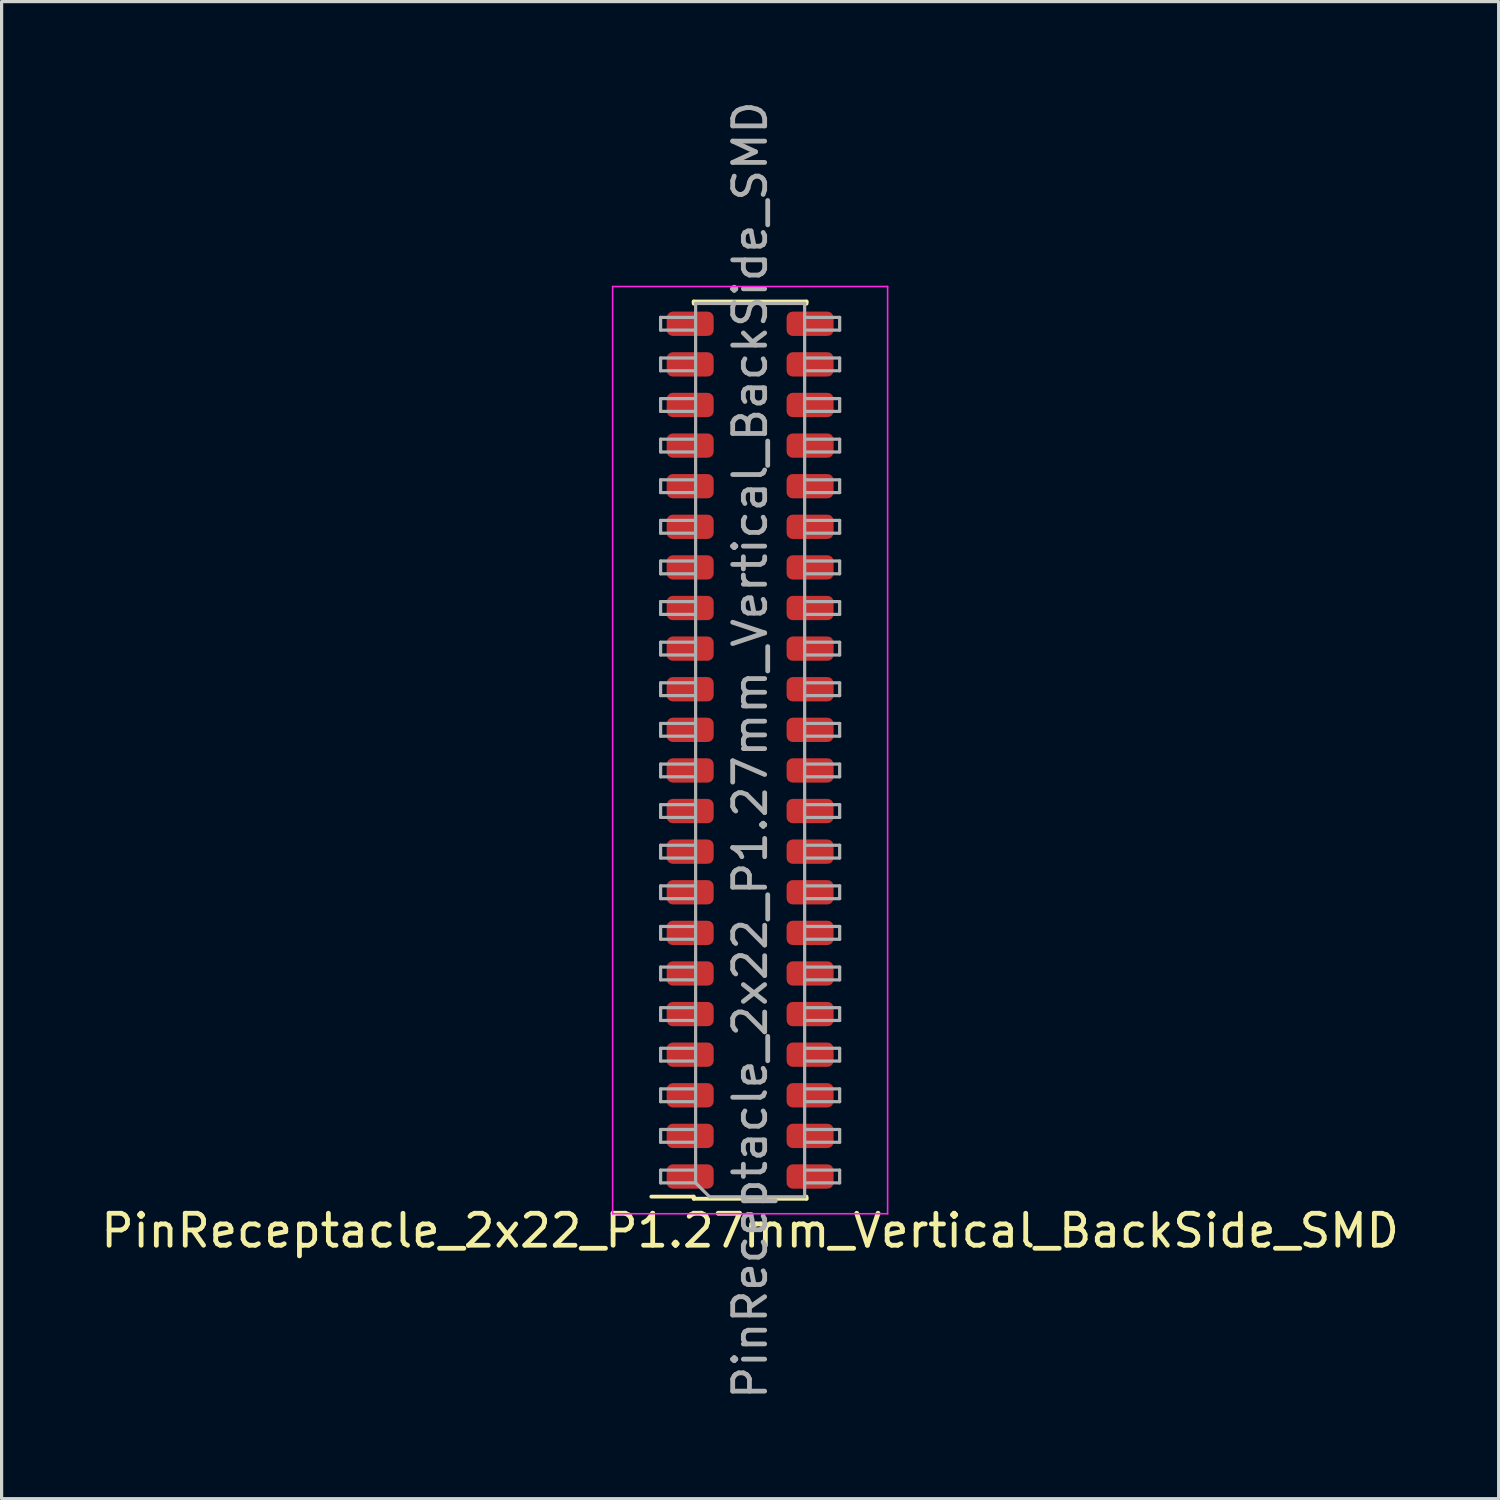
<source format=kicad_pcb>
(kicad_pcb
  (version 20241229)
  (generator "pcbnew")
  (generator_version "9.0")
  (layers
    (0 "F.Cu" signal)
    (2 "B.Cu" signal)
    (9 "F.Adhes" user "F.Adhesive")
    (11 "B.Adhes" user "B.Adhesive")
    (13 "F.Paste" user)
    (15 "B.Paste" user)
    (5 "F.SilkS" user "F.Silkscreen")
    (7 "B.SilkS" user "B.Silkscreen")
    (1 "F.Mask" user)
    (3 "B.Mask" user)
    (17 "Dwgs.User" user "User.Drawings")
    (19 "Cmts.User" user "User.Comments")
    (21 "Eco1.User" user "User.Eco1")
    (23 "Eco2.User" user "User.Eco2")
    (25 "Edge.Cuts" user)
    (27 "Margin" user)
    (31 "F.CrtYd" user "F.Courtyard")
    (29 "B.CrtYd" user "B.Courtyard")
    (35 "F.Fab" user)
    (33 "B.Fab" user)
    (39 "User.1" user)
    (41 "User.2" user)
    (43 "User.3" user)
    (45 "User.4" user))
  (footprint "PinReceptacle_2x22_P1.27mm_Vertical_BackSide_SMD"
    (layer "F.Cu")
    (at 20.411 19.141)
    (property "Reference" "PinReceptacle_2x22_P1.27mm_Vertical_BackSide_SMD" (at 0 16.3 0) (layer "F.SilkS") (effects (font (size 1 1) (thickness 0.15))))
    (attr smd)
    (fp_line (start -3.09 15.235) (end -1.765 15.235) (stroke (width 0.12) (type solid)) (layer "F.SilkS"))
    (fp_line (start -1.765 -12.76) (end 1.765 -12.76) (stroke (width 0.12) (type solid)) (layer "F.SilkS"))
    (fp_line (start -1.765 -12.695) (end -1.765 -12.76) (stroke (width 0.12) (type solid)) (layer "F.SilkS"))
    (fp_line (start -1.765 15.3) (end -1.765 15.235) (stroke (width 0.12) (type solid)) (layer "F.SilkS"))
    (fp_line (start -1.765 15.3) (end 1.765 15.3) (stroke (width 0.12) (type solid)) (layer "F.SilkS"))
    (fp_line (start 1.765 -12.695) (end 1.765 -12.76) (stroke (width 0.12) (type solid)) (layer "F.SilkS"))
    (fp_line (start 1.765 15.3) (end 1.765 15.235) (stroke (width 0.12) (type solid)) (layer "F.SilkS"))
    (fp_line (start -4.3 -13.23) (end 4.3 -13.23) (stroke (width 0.05) (type solid)) (layer "F.CrtYd"))
    (fp_line (start -4.3 15.77) (end -4.3 -13.23) (stroke (width 0.05) (type solid)) (layer "F.CrtYd"))
    (fp_line (start 4.3 -13.23) (end 4.3 15.77) (stroke (width 0.05) (type solid)) (layer "F.CrtYd"))
    (fp_line (start 4.3 15.77) (end -4.3 15.77) (stroke (width 0.05) (type solid)) (layer "F.CrtYd"))
    (fp_line (start -2.8 -12.265) (end -1.755 -12.265) (stroke (width 0.1) (type solid)) (layer "F.Fab"))
    (fp_line (start -2.8 -11.865) (end -2.8 -12.265) (stroke (width 0.1) (type solid)) (layer "F.Fab"))
    (fp_line (start -2.8 -10.995) (end -1.755 -10.995) (stroke (width 0.1) (type solid)) (layer "F.Fab"))
    (fp_line (start -2.8 -10.595) (end -2.8 -10.995) (stroke (width 0.1) (type solid)) (layer "F.Fab"))
    (fp_line (start -2.8 -9.725) (end -1.755 -9.725) (stroke (width 0.1) (type solid)) (layer "F.Fab"))
    (fp_line (start -2.8 -9.325) (end -2.8 -9.725) (stroke (width 0.1) (type solid)) (layer "F.Fab"))
    (fp_line (start -2.8 -8.455) (end -1.755 -8.455) (stroke (width 0.1) (type solid)) (layer "F.Fab"))
    (fp_line (start -2.8 -8.055) (end -2.8 -8.455) (stroke (width 0.1) (type solid)) (layer "F.Fab"))
    (fp_line (start -2.8 -7.185) (end -1.755 -7.185) (stroke (width 0.1) (type solid)) (layer "F.Fab"))
    (fp_line (start -2.8 -6.785) (end -2.8 -7.185) (stroke (width 0.1) (type solid)) (layer "F.Fab"))
    (fp_line (start -2.8 -5.915) (end -1.755 -5.915) (stroke (width 0.1) (type solid)) (layer "F.Fab"))
    (fp_line (start -2.8 -5.515) (end -2.8 -5.915) (stroke (width 0.1) (type solid)) (layer "F.Fab"))
    (fp_line (start -2.8 -4.645) (end -1.755 -4.645) (stroke (width 0.1) (type solid)) (layer "F.Fab"))
    (fp_line (start -2.8 -4.245) (end -2.8 -4.645) (stroke (width 0.1) (type solid)) (layer "F.Fab"))
    (fp_line (start -2.8 -3.375) (end -1.755 -3.375) (stroke (width 0.1) (type solid)) (layer "F.Fab"))
    (fp_line (start -2.8 -2.975) (end -2.8 -3.375) (stroke (width 0.1) (type solid)) (layer "F.Fab"))
    (fp_line (start -2.8 -2.105) (end -1.755 -2.105) (stroke (width 0.1) (type solid)) (layer "F.Fab"))
    (fp_line (start -2.8 -1.705) (end -2.8 -2.105) (stroke (width 0.1) (type solid)) (layer "F.Fab"))
    (fp_line (start -2.8 -0.835) (end -1.755 -0.835) (stroke (width 0.1) (type solid)) (layer "F.Fab"))
    (fp_line (start -2.8 -0.435) (end -2.8 -0.835) (stroke (width 0.1) (type solid)) (layer "F.Fab"))
    (fp_line (start -2.8 0.435) (end -1.755 0.435) (stroke (width 0.1) (type solid)) (layer "F.Fab"))
    (fp_line (start -2.8 0.835) (end -2.8 0.435) (stroke (width 0.1) (type solid)) (layer "F.Fab"))
    (fp_line (start -2.8 1.705) (end -1.755 1.705) (stroke (width 0.1) (type solid)) (layer "F.Fab"))
    (fp_line (start -2.8 2.105) (end -2.8 1.705) (stroke (width 0.1) (type solid)) (layer "F.Fab"))
    (fp_line (start -2.8 2.975) (end -1.755 2.975) (stroke (width 0.1) (type solid)) (layer "F.Fab"))
    (fp_line (start -2.8 3.375) (end -2.8 2.975) (stroke (width 0.1) (type solid)) (layer "F.Fab"))
    (fp_line (start -2.8 4.245) (end -1.755 4.245) (stroke (width 0.1) (type solid)) (layer "F.Fab"))
    (fp_line (start -2.8 4.645) (end -2.8 4.245) (stroke (width 0.1) (type solid)) (layer "F.Fab"))
    (fp_line (start -2.8 5.515) (end -1.755 5.515) (stroke (width 0.1) (type solid)) (layer "F.Fab"))
    (fp_line (start -2.8 5.915) (end -2.8 5.515) (stroke (width 0.1) (type solid)) (layer "F.Fab"))
    (fp_line (start -2.8 6.785) (end -1.755 6.785) (stroke (width 0.1) (type solid)) (layer "F.Fab"))
    (fp_line (start -2.8 7.185) (end -2.8 6.785) (stroke (width 0.1) (type solid)) (layer "F.Fab"))
    (fp_line (start -2.8 8.055) (end -1.755 8.055) (stroke (width 0.1) (type solid)) (layer "F.Fab"))
    (fp_line (start -2.8 8.455) (end -2.8 8.055) (stroke (width 0.1) (type solid)) (layer "F.Fab"))
    (fp_line (start -2.8 9.325) (end -1.755 9.325) (stroke (width 0.1) (type solid)) (layer "F.Fab"))
    (fp_line (start -2.8 9.725) (end -2.8 9.325) (stroke (width 0.1) (type solid)) (layer "F.Fab"))
    (fp_line (start -2.8 10.595) (end -1.755 10.595) (stroke (width 0.1) (type solid)) (layer "F.Fab"))
    (fp_line (start -2.8 10.995) (end -2.8 10.595) (stroke (width 0.1) (type solid)) (layer "F.Fab"))
    (fp_line (start -2.8 11.865) (end -1.755 11.865) (stroke (width 0.1) (type solid)) (layer "F.Fab"))
    (fp_line (start -2.8 12.265) (end -2.8 11.865) (stroke (width 0.1) (type solid)) (layer "F.Fab"))
    (fp_line (start -2.8 13.135) (end -1.755 13.135) (stroke (width 0.1) (type solid)) (layer "F.Fab"))
    (fp_line (start -2.8 13.535) (end -2.8 13.135) (stroke (width 0.1) (type solid)) (layer "F.Fab"))
    (fp_line (start -2.8 14.405) (end -1.705 14.405) (stroke (width 0.1) (type solid)) (layer "F.Fab"))
    (fp_line (start -2.8 14.805) (end -2.8 14.405) (stroke (width 0.1) (type solid)) (layer "F.Fab"))
    (fp_line (start -1.755 -11.865) (end -2.8 -11.865) (stroke (width 0.1) (type solid)) (layer "F.Fab"))
    (fp_line (start -1.755 -10.595) (end -2.8 -10.595) (stroke (width 0.1) (type solid)) (layer "F.Fab"))
    (fp_line (start -1.755 -9.325) (end -2.8 -9.325) (stroke (width 0.1) (type solid)) (layer "F.Fab"))
    (fp_line (start -1.755 -8.055) (end -2.8 -8.055) (stroke (width 0.1) (type solid)) (layer "F.Fab"))
    (fp_line (start -1.755 -6.785) (end -2.8 -6.785) (stroke (width 0.1) (type solid)) (layer "F.Fab"))
    (fp_line (start -1.755 -5.515) (end -2.8 -5.515) (stroke (width 0.1) (type solid)) (layer "F.Fab"))
    (fp_line (start -1.755 -4.245) (end -2.8 -4.245) (stroke (width 0.1) (type solid)) (layer "F.Fab"))
    (fp_line (start -1.755 -2.975) (end -2.8 -2.975) (stroke (width 0.1) (type solid)) (layer "F.Fab"))
    (fp_line (start -1.755 -1.705) (end -2.8 -1.705) (stroke (width 0.1) (type solid)) (layer "F.Fab"))
    (fp_line (start -1.755 -0.435) (end -2.8 -0.435) (stroke (width 0.1) (type solid)) (layer "F.Fab"))
    (fp_line (start -1.755 0.835) (end -2.8 0.835) (stroke (width 0.1) (type solid)) (layer "F.Fab"))
    (fp_line (start -1.755 2.105) (end -2.8 2.105) (stroke (width 0.1) (type solid)) (layer "F.Fab"))
    (fp_line (start -1.755 3.375) (end -2.8 3.375) (stroke (width 0.1) (type solid)) (layer "F.Fab"))
    (fp_line (start -1.755 4.645) (end -2.8 4.645) (stroke (width 0.1) (type solid)) (layer "F.Fab"))
    (fp_line (start -1.755 5.915) (end -2.8 5.915) (stroke (width 0.1) (type solid)) (layer "F.Fab"))
    (fp_line (start -1.755 7.185) (end -2.8 7.185) (stroke (width 0.1) (type solid)) (layer "F.Fab"))
    (fp_line (start -1.755 8.455) (end -2.8 8.455) (stroke (width 0.1) (type solid)) (layer "F.Fab"))
    (fp_line (start -1.755 9.725) (end -2.8 9.725) (stroke (width 0.1) (type solid)) (layer "F.Fab"))
    (fp_line (start -1.755 10.995) (end -2.8 10.995) (stroke (width 0.1) (type solid)) (layer "F.Fab"))
    (fp_line (start -1.755 12.265) (end -2.8 12.265) (stroke (width 0.1) (type solid)) (layer "F.Fab"))
    (fp_line (start -1.755 13.535) (end -2.8 13.535) (stroke (width 0.1) (type solid)) (layer "F.Fab"))
    (fp_line (start -1.705 -12.7) (end -1.705 14.805) (stroke (width 0.1) (type solid)) (layer "F.Fab"))
    (fp_line (start -1.705 14.805) (end -2.8 14.805) (stroke (width 0.1) (type solid)) (layer "F.Fab"))
    (fp_line (start -1.705 14.805) (end -1.27 15.24) (stroke (width 0.1) (type solid)) (layer "F.Fab"))
    (fp_line (start -1.27 15.24) (end 1.705 15.24) (stroke (width 0.1) (type solid)) (layer "F.Fab"))
    (fp_line (start 1.705 -12.7) (end -1.705 -12.7) (stroke (width 0.1) (type solid)) (layer "F.Fab"))
    (fp_line (start 1.705 15.24) (end 1.705 -12.7) (stroke (width 0.1) (type solid)) (layer "F.Fab"))
    (fp_line (start 1.755 -11.865) (end 2.8 -11.865) (stroke (width 0.1) (type solid)) (layer "F.Fab"))
    (fp_line (start 1.755 -10.595) (end 2.8 -10.595) (stroke (width 0.1) (type solid)) (layer "F.Fab"))
    (fp_line (start 1.755 -9.325) (end 2.8 -9.325) (stroke (width 0.1) (type solid)) (layer "F.Fab"))
    (fp_line (start 1.755 -8.055) (end 2.8 -8.055) (stroke (width 0.1) (type solid)) (layer "F.Fab"))
    (fp_line (start 1.755 -6.785) (end 2.8 -6.785) (stroke (width 0.1) (type solid)) (layer "F.Fab"))
    (fp_line (start 1.755 -5.515) (end 2.8 -5.515) (stroke (width 0.1) (type solid)) (layer "F.Fab"))
    (fp_line (start 1.755 -4.245) (end 2.8 -4.245) (stroke (width 0.1) (type solid)) (layer "F.Fab"))
    (fp_line (start 1.755 -2.975) (end 2.8 -2.975) (stroke (width 0.1) (type solid)) (layer "F.Fab"))
    (fp_line (start 1.755 -1.705) (end 2.8 -1.705) (stroke (width 0.1) (type solid)) (layer "F.Fab"))
    (fp_line (start 1.755 -0.435) (end 2.8 -0.435) (stroke (width 0.1) (type solid)) (layer "F.Fab"))
    (fp_line (start 1.755 0.835) (end 2.8 0.835) (stroke (width 0.1) (type solid)) (layer "F.Fab"))
    (fp_line (start 1.755 2.105) (end 2.8 2.105) (stroke (width 0.1) (type solid)) (layer "F.Fab"))
    (fp_line (start 1.755 3.375) (end 2.8 3.375) (stroke (width 0.1) (type solid)) (layer "F.Fab"))
    (fp_line (start 1.755 4.645) (end 2.8 4.645) (stroke (width 0.1) (type solid)) (layer "F.Fab"))
    (fp_line (start 1.755 5.915) (end 2.8 5.915) (stroke (width 0.1) (type solid)) (layer "F.Fab"))
    (fp_line (start 1.755 7.185) (end 2.8 7.185) (stroke (width 0.1) (type solid)) (layer "F.Fab"))
    (fp_line (start 1.755 8.455) (end 2.8 8.455) (stroke (width 0.1) (type solid)) (layer "F.Fab"))
    (fp_line (start 1.755 9.725) (end 2.8 9.725) (stroke (width 0.1) (type solid)) (layer "F.Fab"))
    (fp_line (start 1.755 10.995) (end 2.8 10.995) (stroke (width 0.1) (type solid)) (layer "F.Fab"))
    (fp_line (start 1.755 12.265) (end 2.8 12.265) (stroke (width 0.1) (type solid)) (layer "F.Fab"))
    (fp_line (start 1.755 13.535) (end 2.8 13.535) (stroke (width 0.1) (type solid)) (layer "F.Fab"))
    (fp_line (start 1.755 14.805) (end 2.8 14.805) (stroke (width 0.1) (type solid)) (layer "F.Fab"))
    (fp_line (start 2.8 -12.265) (end 1.755 -12.265) (stroke (width 0.1) (type solid)) (layer "F.Fab"))
    (fp_line (start 2.8 -11.865) (end 2.8 -12.265) (stroke (width 0.1) (type solid)) (layer "F.Fab"))
    (fp_line (start 2.8 -10.995) (end 1.755 -10.995) (stroke (width 0.1) (type solid)) (layer "F.Fab"))
    (fp_line (start 2.8 -10.595) (end 2.8 -10.995) (stroke (width 0.1) (type solid)) (layer "F.Fab"))
    (fp_line (start 2.8 -9.725) (end 1.755 -9.725) (stroke (width 0.1) (type solid)) (layer "F.Fab"))
    (fp_line (start 2.8 -9.325) (end 2.8 -9.725) (stroke (width 0.1) (type solid)) (layer "F.Fab"))
    (fp_line (start 2.8 -8.455) (end 1.755 -8.455) (stroke (width 0.1) (type solid)) (layer "F.Fab"))
    (fp_line (start 2.8 -8.055) (end 2.8 -8.455) (stroke (width 0.1) (type solid)) (layer "F.Fab"))
    (fp_line (start 2.8 -7.185) (end 1.755 -7.185) (stroke (width 0.1) (type solid)) (layer "F.Fab"))
    (fp_line (start 2.8 -6.785) (end 2.8 -7.185) (stroke (width 0.1) (type solid)) (layer "F.Fab"))
    (fp_line (start 2.8 -5.915) (end 1.755 -5.915) (stroke (width 0.1) (type solid)) (layer "F.Fab"))
    (fp_line (start 2.8 -5.515) (end 2.8 -5.915) (stroke (width 0.1) (type solid)) (layer "F.Fab"))
    (fp_line (start 2.8 -4.645) (end 1.755 -4.645) (stroke (width 0.1) (type solid)) (layer "F.Fab"))
    (fp_line (start 2.8 -4.245) (end 2.8 -4.645) (stroke (width 0.1) (type solid)) (layer "F.Fab"))
    (fp_line (start 2.8 -3.375) (end 1.755 -3.375) (stroke (width 0.1) (type solid)) (layer "F.Fab"))
    (fp_line (start 2.8 -2.975) (end 2.8 -3.375) (stroke (width 0.1) (type solid)) (layer "F.Fab"))
    (fp_line (start 2.8 -2.105) (end 1.755 -2.105) (stroke (width 0.1) (type solid)) (layer "F.Fab"))
    (fp_line (start 2.8 -1.705) (end 2.8 -2.105) (stroke (width 0.1) (type solid)) (layer "F.Fab"))
    (fp_line (start 2.8 -0.835) (end 1.755 -0.835) (stroke (width 0.1) (type solid)) (layer "F.Fab"))
    (fp_line (start 2.8 -0.435) (end 2.8 -0.835) (stroke (width 0.1) (type solid)) (layer "F.Fab"))
    (fp_line (start 2.8 0.435) (end 1.755 0.435) (stroke (width 0.1) (type solid)) (layer "F.Fab"))
    (fp_line (start 2.8 0.835) (end 2.8 0.435) (stroke (width 0.1) (type solid)) (layer "F.Fab"))
    (fp_line (start 2.8 1.705) (end 1.755 1.705) (stroke (width 0.1) (type solid)) (layer "F.Fab"))
    (fp_line (start 2.8 2.105) (end 2.8 1.705) (stroke (width 0.1) (type solid)) (layer "F.Fab"))
    (fp_line (start 2.8 2.975) (end 1.755 2.975) (stroke (width 0.1) (type solid)) (layer "F.Fab"))
    (fp_line (start 2.8 3.375) (end 2.8 2.975) (stroke (width 0.1) (type solid)) (layer "F.Fab"))
    (fp_line (start 2.8 4.245) (end 1.755 4.245) (stroke (width 0.1) (type solid)) (layer "F.Fab"))
    (fp_line (start 2.8 4.645) (end 2.8 4.245) (stroke (width 0.1) (type solid)) (layer "F.Fab"))
    (fp_line (start 2.8 5.515) (end 1.755 5.515) (stroke (width 0.1) (type solid)) (layer "F.Fab"))
    (fp_line (start 2.8 5.915) (end 2.8 5.515) (stroke (width 0.1) (type solid)) (layer "F.Fab"))
    (fp_line (start 2.8 6.785) (end 1.755 6.785) (stroke (width 0.1) (type solid)) (layer "F.Fab"))
    (fp_line (start 2.8 7.185) (end 2.8 6.785) (stroke (width 0.1) (type solid)) (layer "F.Fab"))
    (fp_line (start 2.8 8.055) (end 1.755 8.055) (stroke (width 0.1) (type solid)) (layer "F.Fab"))
    (fp_line (start 2.8 8.455) (end 2.8 8.055) (stroke (width 0.1) (type solid)) (layer "F.Fab"))
    (fp_line (start 2.8 9.325) (end 1.755 9.325) (stroke (width 0.1) (type solid)) (layer "F.Fab"))
    (fp_line (start 2.8 9.725) (end 2.8 9.325) (stroke (width 0.1) (type solid)) (layer "F.Fab"))
    (fp_line (start 2.8 10.595) (end 1.755 10.595) (stroke (width 0.1) (type solid)) (layer "F.Fab"))
    (fp_line (start 2.8 10.995) (end 2.8 10.595) (stroke (width 0.1) (type solid)) (layer "F.Fab"))
    (fp_line (start 2.8 11.865) (end 1.755 11.865) (stroke (width 0.1) (type solid)) (layer "F.Fab"))
    (fp_line (start 2.8 12.265) (end 2.8 11.865) (stroke (width 0.1) (type solid)) (layer "F.Fab"))
    (fp_line (start 2.8 13.135) (end 1.755 13.135) (stroke (width 0.1) (type solid)) (layer "F.Fab"))
    (fp_line (start 2.8 13.535) (end 2.8 13.135) (stroke (width 0.1) (type solid)) (layer "F.Fab"))
    (fp_line (start 2.8 14.405) (end 1.755 14.405) (stroke (width 0.1) (type solid)) (layer "F.Fab"))
    (fp_line (start 2.8 14.805) (end 2.8 14.405) (stroke (width 0.1) (type solid)) (layer "F.Fab"))
    (fp_text user "${REFERENCE}" (at 0 1.27 270) (layer "F.Fab") (effects (font (size 1 1) (thickness 0.15))))
    (pad "1" smd roundrect (at -1.875 14.605) (size 1.47 0.76) (layers "F.Cu" "F.Mask" "F.Paste") (roundrect_rratio 0.25))
    (pad "2" smd roundrect (at 1.875 14.605) (size 1.47 0.76) (layers "F.Cu" "F.Mask" "F.Paste") (roundrect_rratio 0.25))
    (pad "3" smd roundrect (at -1.875 13.335) (size 1.47 0.76) (layers "F.Cu" "F.Mask" "F.Paste") (roundrect_rratio 0.25))
    (pad "4" smd roundrect (at 1.875 13.335) (size 1.47 0.76) (layers "F.Cu" "F.Mask" "F.Paste") (roundrect_rratio 0.25))
    (pad "5" smd roundrect (at -1.875 12.065) (size 1.47 0.76) (layers "F.Cu" "F.Mask" "F.Paste") (roundrect_rratio 0.25))
    (pad "6" smd roundrect (at 1.875 12.065) (size 1.47 0.76) (layers "F.Cu" "F.Mask" "F.Paste") (roundrect_rratio 0.25))
    (pad "7" smd roundrect (at -1.875 10.795) (size 1.47 0.76) (layers "F.Cu" "F.Mask" "F.Paste") (roundrect_rratio 0.25))
    (pad "8" smd roundrect (at 1.875 10.795) (size 1.47 0.76) (layers "F.Cu" "F.Mask" "F.Paste") (roundrect_rratio 0.25))
    (pad "9" smd roundrect (at -1.875 9.525) (size 1.47 0.76) (layers "F.Cu" "F.Mask" "F.Paste") (roundrect_rratio 0.25))
    (pad "10" smd roundrect (at 1.875 9.525) (size 1.47 0.76) (layers "F.Cu" "F.Mask" "F.Paste") (roundrect_rratio 0.25))
    (pad "11" smd roundrect (at -1.875 8.255) (size 1.47 0.76) (layers "F.Cu" "F.Mask" "F.Paste") (roundrect_rratio 0.25))
    (pad "12" smd roundrect (at 1.875 8.255) (size 1.47 0.76) (layers "F.Cu" "F.Mask" "F.Paste") (roundrect_rratio 0.25))
    (pad "13" smd roundrect (at -1.875 6.985) (size 1.47 0.76) (layers "F.Cu" "F.Mask" "F.Paste") (roundrect_rratio 0.25))
    (pad "14" smd roundrect (at 1.875 6.985) (size 1.47 0.76) (layers "F.Cu" "F.Mask" "F.Paste") (roundrect_rratio 0.25))
    (pad "15" smd roundrect (at -1.875 5.715) (size 1.47 0.76) (layers "F.Cu" "F.Mask" "F.Paste") (roundrect_rratio 0.25))
    (pad "16" smd roundrect (at 1.875 5.715) (size 1.47 0.76) (layers "F.Cu" "F.Mask" "F.Paste") (roundrect_rratio 0.25))
    (pad "17" smd roundrect (at -1.875 4.445) (size 1.47 0.76) (layers "F.Cu" "F.Mask" "F.Paste") (roundrect_rratio 0.25))
    (pad "18" smd roundrect (at 1.875 4.445) (size 1.47 0.76) (layers "F.Cu" "F.Mask" "F.Paste") (roundrect_rratio 0.25))
    (pad "19" smd roundrect (at -1.875 3.175) (size 1.47 0.76) (layers "F.Cu" "F.Mask" "F.Paste") (roundrect_rratio 0.25))
    (pad "20" smd roundrect (at 1.875 3.175) (size 1.47 0.76) (layers "F.Cu" "F.Mask" "F.Paste") (roundrect_rratio 0.25))
    (pad "21" smd roundrect (at -1.875 1.905) (size 1.47 0.76) (layers "F.Cu" "F.Mask" "F.Paste") (roundrect_rratio 0.25))
    (pad "22" smd roundrect (at 1.875 1.905) (size 1.47 0.76) (layers "F.Cu" "F.Mask" "F.Paste") (roundrect_rratio 0.25))
    (pad "23" smd roundrect (at -1.875 0.635) (size 1.47 0.76) (layers "F.Cu" "F.Mask" "F.Paste") (roundrect_rratio 0.25))
    (pad "24" smd roundrect (at 1.875 0.635) (size 1.47 0.76) (layers "F.Cu" "F.Mask" "F.Paste") (roundrect_rratio 0.25))
    (pad "25" smd roundrect (at -1.875 -0.635) (size 1.47 0.76) (layers "F.Cu" "F.Mask" "F.Paste") (roundrect_rratio 0.25))
    (pad "26" smd roundrect (at 1.875 -0.635) (size 1.47 0.76) (layers "F.Cu" "F.Mask" "F.Paste") (roundrect_rratio 0.25))
    (pad "27" smd roundrect (at -1.875 -1.905) (size 1.47 0.76) (layers "F.Cu" "F.Mask" "F.Paste") (roundrect_rratio 0.25))
    (pad "28" smd roundrect (at 1.875 -1.905) (size 1.47 0.76) (layers "F.Cu" "F.Mask" "F.Paste") (roundrect_rratio 0.25))
    (pad "29" smd roundrect (at -1.875 -3.175) (size 1.47 0.76) (layers "F.Cu" "F.Mask" "F.Paste") (roundrect_rratio 0.25))
    (pad "30" smd roundrect (at 1.875 -3.175) (size 1.47 0.76) (layers "F.Cu" "F.Mask" "F.Paste") (roundrect_rratio 0.25))
    (pad "31" smd roundrect (at -1.875 -4.445) (size 1.47 0.76) (layers "F.Cu" "F.Mask" "F.Paste") (roundrect_rratio 0.25))
    (pad "32" smd roundrect (at 1.875 -4.445) (size 1.47 0.76) (layers "F.Cu" "F.Mask" "F.Paste") (roundrect_rratio 0.25))
    (pad "33" smd roundrect (at -1.875 -5.715) (size 1.47 0.76) (layers "F.Cu" "F.Mask" "F.Paste") (roundrect_rratio 0.25))
    (pad "34" smd roundrect (at 1.875 -5.715) (size 1.47 0.76) (layers "F.Cu" "F.Mask" "F.Paste") (roundrect_rratio 0.25))
    (pad "35" smd roundrect (at -1.875 -6.985) (size 1.47 0.76) (layers "F.Cu" "F.Mask" "F.Paste") (roundrect_rratio 0.25))
    (pad "36" smd roundrect (at 1.875 -6.985) (size 1.47 0.76) (layers "F.Cu" "F.Mask" "F.Paste") (roundrect_rratio 0.25))
    (pad "37" smd roundrect (at -1.875 -8.255) (size 1.47 0.76) (layers "F.Cu" "F.Mask" "F.Paste") (roundrect_rratio 0.25))
    (pad "38" smd roundrect (at 1.875 -8.255) (size 1.47 0.76) (layers "F.Cu" "F.Mask" "F.Paste") (roundrect_rratio 0.25))
    (pad "39" smd roundrect (at -1.875 -9.525) (size 1.47 0.76) (layers "F.Cu" "F.Mask" "F.Paste") (roundrect_rratio 0.25))
    (pad "40" smd roundrect (at 1.875 -9.525) (size 1.47 0.76) (layers "F.Cu" "F.Mask" "F.Paste") (roundrect_rratio 0.25))
    (pad "41" smd roundrect (at -1.875 -10.795) (size 1.47 0.76) (layers "F.Cu" "F.Mask" "F.Paste") (roundrect_rratio 0.25))
    (pad "42" smd roundrect (at 1.875 -10.795) (size 1.47 0.76) (layers "F.Cu" "F.Mask" "F.Paste") (roundrect_rratio 0.25))
    (pad "43" smd roundrect (at -1.875 -12.065) (size 1.47 0.76) (layers "F.Cu" "F.Mask" "F.Paste") (roundrect_rratio 0.25))
    (pad "44" smd roundrect (at 1.875 -12.065) (size 1.47 0.76) (layers "F.Cu" "F.Mask" "F.Paste") (roundrect_rratio 0.25)))
  (gr_rect
    (start -3 -3)
    (end 43.821 43.821)
    (stroke (width 0.1) (type default))
    (fill no)
    (layer "Edge.Cuts")))
</source>
